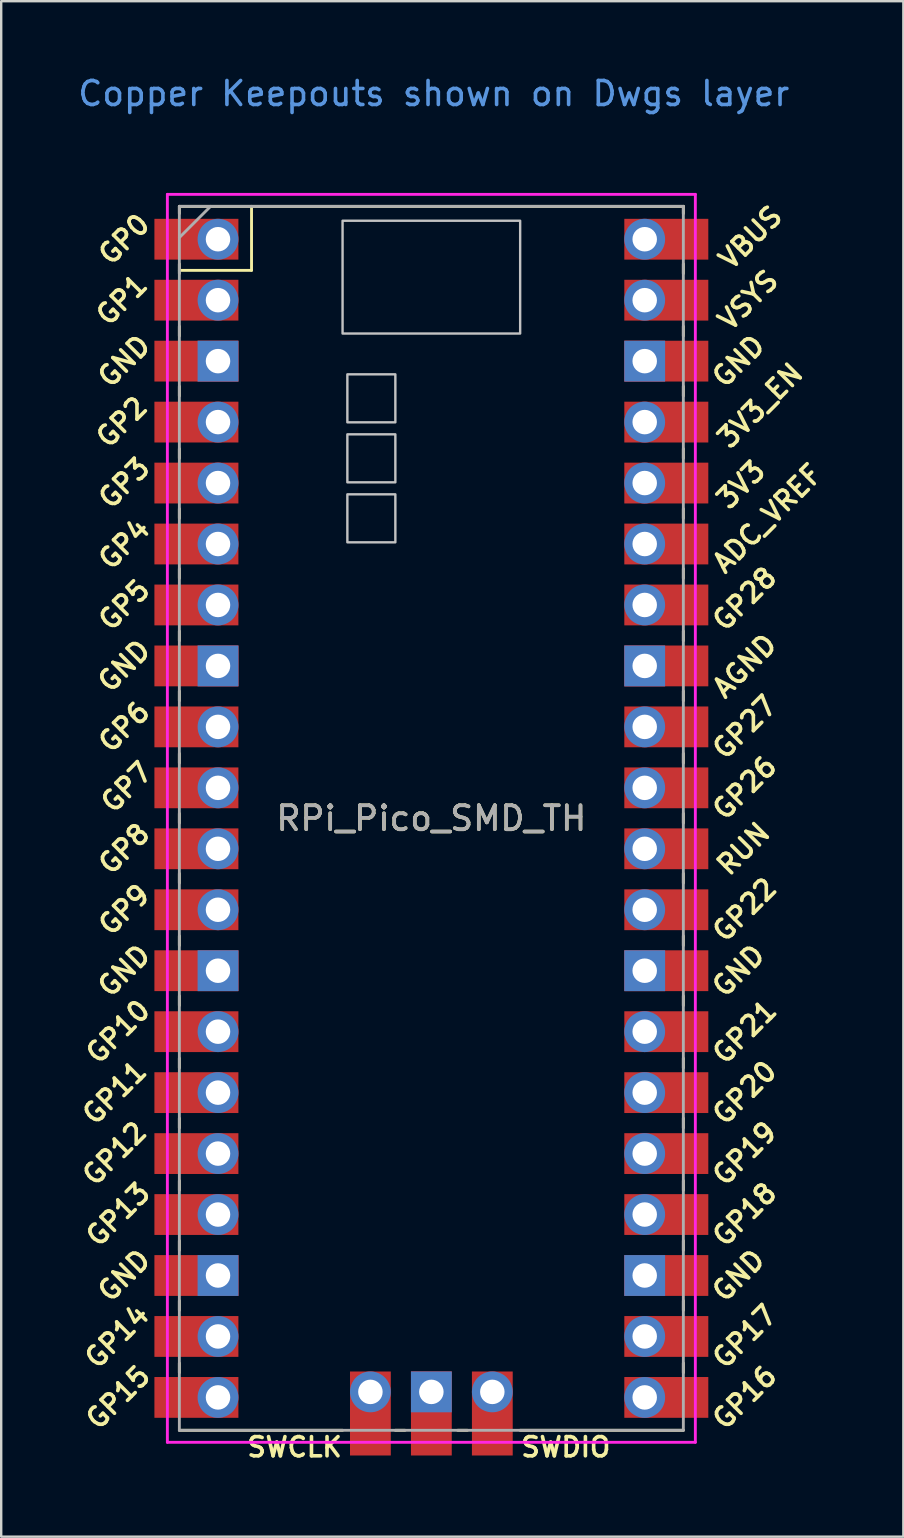
<source format=kicad_pcb>
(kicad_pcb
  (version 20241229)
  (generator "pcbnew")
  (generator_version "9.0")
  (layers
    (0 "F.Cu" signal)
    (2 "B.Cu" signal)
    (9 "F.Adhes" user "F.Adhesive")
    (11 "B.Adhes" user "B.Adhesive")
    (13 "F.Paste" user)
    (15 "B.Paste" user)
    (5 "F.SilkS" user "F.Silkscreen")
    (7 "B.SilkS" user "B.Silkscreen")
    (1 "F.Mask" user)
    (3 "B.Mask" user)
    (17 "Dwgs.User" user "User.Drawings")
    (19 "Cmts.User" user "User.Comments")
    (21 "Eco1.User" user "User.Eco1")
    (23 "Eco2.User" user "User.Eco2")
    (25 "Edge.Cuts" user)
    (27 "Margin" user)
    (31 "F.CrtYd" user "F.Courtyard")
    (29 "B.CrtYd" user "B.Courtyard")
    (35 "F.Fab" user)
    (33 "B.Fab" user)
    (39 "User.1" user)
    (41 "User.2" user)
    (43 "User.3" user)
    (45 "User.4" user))
  (footprint "RPi_Pico_SMD_TH"
    (layer "F.Cu")
    (at 14.924 31.048)
    (property "Reference" "RPi_Pico_SMD_TH" (at 0 0 0) (layer "F.SilkS") (effects (font (size 1 1) (thickness 0.15))))
    (attr through_hole)
    (fp_line (start -10.5 -25.5) (end -10.5 -25.2) (stroke (width 0.12) (type solid)) (layer "F.SilkS"))
    (fp_line (start -10.5 -25.5) (end 10.5 -25.5) (stroke (width 0.12) (type solid)) (layer "F.SilkS"))
    (fp_line (start -10.5 -23.1) (end -10.5 -22.7) (stroke (width 0.12) (type solid)) (layer "F.SilkS"))
    (fp_line (start -10.5 -22.833) (end -7.493 -22.833) (stroke (width 0.12) (type solid)) (layer "F.SilkS"))
    (fp_line (start -10.5 -20.5) (end -10.5 -20.1) (stroke (width 0.12) (type solid)) (layer "F.SilkS"))
    (fp_line (start -10.5 -18) (end -10.5 -17.6) (stroke (width 0.12) (type solid)) (layer "F.SilkS"))
    (fp_line (start -10.5 -15.4) (end -10.5 -15) (stroke (width 0.12) (type solid)) (layer "F.SilkS"))
    (fp_line (start -10.5 -12.9) (end -10.5 -12.5) (stroke (width 0.12) (type solid)) (layer "F.SilkS"))
    (fp_line (start -10.5 -10.4) (end -10.5 -10) (stroke (width 0.12) (type solid)) (layer "F.SilkS"))
    (fp_line (start -10.5 -7.8) (end -10.5 -7.4) (stroke (width 0.12) (type solid)) (layer "F.SilkS"))
    (fp_line (start -10.5 -5.3) (end -10.5 -4.9) (stroke (width 0.12) (type solid)) (layer "F.SilkS"))
    (fp_line (start -10.5 -2.7) (end -10.5 -2.3) (stroke (width 0.12) (type solid)) (layer "F.SilkS"))
    (fp_line (start -10.5 -0.2) (end -10.5 0.2) (stroke (width 0.12) (type solid)) (layer "F.SilkS"))
    (fp_line (start -10.5 2.3) (end -10.5 2.7) (stroke (width 0.12) (type solid)) (layer "F.SilkS"))
    (fp_line (start -10.5 4.9) (end -10.5 5.3) (stroke (width 0.12) (type solid)) (layer "F.SilkS"))
    (fp_line (start -10.5 7.4) (end -10.5 7.8) (stroke (width 0.12) (type solid)) (layer "F.SilkS"))
    (fp_line (start -10.5 10) (end -10.5 10.4) (stroke (width 0.12) (type solid)) (layer "F.SilkS"))
    (fp_line (start -10.5 12.5) (end -10.5 12.9) (stroke (width 0.12) (type solid)) (layer "F.SilkS"))
    (fp_line (start -10.5 15.1) (end -10.5 15.5) (stroke (width 0.12) (type solid)) (layer "F.SilkS"))
    (fp_line (start -10.5 17.6) (end -10.5 18) (stroke (width 0.12) (type solid)) (layer "F.SilkS"))
    (fp_line (start -10.5 20.1) (end -10.5 20.5) (stroke (width 0.12) (type solid)) (layer "F.SilkS"))
    (fp_line (start -10.5 22.7) (end -10.5 23.1) (stroke (width 0.12) (type solid)) (layer "F.SilkS"))
    (fp_line (start -7.493 -22.833) (end -7.493 -25.5) (stroke (width 0.12) (type solid)) (layer "F.SilkS"))
    (fp_line (start -3.7 25.5) (end -10.5 25.5) (stroke (width 0.12) (type solid)) (layer "F.SilkS"))
    (fp_line (start -1.5 25.5) (end -1.1 25.5) (stroke (width 0.12) (type solid)) (layer "F.SilkS"))
    (fp_line (start 1.1 25.5) (end 1.5 25.5) (stroke (width 0.12) (type solid)) (layer "F.SilkS"))
    (fp_line (start 10.5 -25.5) (end 10.5 -25.2) (stroke (width 0.12) (type solid)) (layer "F.SilkS"))
    (fp_line (start 10.5 -23.1) (end 10.5 -22.7) (stroke (width 0.12) (type solid)) (layer "F.SilkS"))
    (fp_line (start 10.5 -20.5) (end 10.5 -20.1) (stroke (width 0.12) (type solid)) (layer "F.SilkS"))
    (fp_line (start 10.5 -18) (end 10.5 -17.6) (stroke (width 0.12) (type solid)) (layer "F.SilkS"))
    (fp_line (start 10.5 -15.4) (end 10.5 -15) (stroke (width 0.12) (type solid)) (layer "F.SilkS"))
    (fp_line (start 10.5 -12.9) (end 10.5 -12.5) (stroke (width 0.12) (type solid)) (layer "F.SilkS"))
    (fp_line (start 10.5 -10.4) (end 10.5 -10) (stroke (width 0.12) (type solid)) (layer "F.SilkS"))
    (fp_line (start 10.5 -7.8) (end 10.5 -7.4) (stroke (width 0.12) (type solid)) (layer "F.SilkS"))
    (fp_line (start 10.5 -5.3) (end 10.5 -4.9) (stroke (width 0.12) (type solid)) (layer "F.SilkS"))
    (fp_line (start 10.5 -2.7) (end 10.5 -2.3) (stroke (width 0.12) (type solid)) (layer "F.SilkS"))
    (fp_line (start 10.5 -0.2) (end 10.5 0.2) (stroke (width 0.12) (type solid)) (layer "F.SilkS"))
    (fp_line (start 10.5 2.3) (end 10.5 2.7) (stroke (width 0.12) (type solid)) (layer "F.SilkS"))
    (fp_line (start 10.5 4.9) (end 10.5 5.3) (stroke (width 0.12) (type solid)) (layer "F.SilkS"))
    (fp_line (start 10.5 7.4) (end 10.5 7.8) (stroke (width 0.12) (type solid)) (layer "F.SilkS"))
    (fp_line (start 10.5 10) (end 10.5 10.4) (stroke (width 0.12) (type solid)) (layer "F.SilkS"))
    (fp_line (start 10.5 12.5) (end 10.5 12.9) (stroke (width 0.12) (type solid)) (layer "F.SilkS"))
    (fp_line (start 10.5 15.1) (end 10.5 15.5) (stroke (width 0.12) (type solid)) (layer "F.SilkS"))
    (fp_line (start 10.5 17.6) (end 10.5 18) (stroke (width 0.12) (type solid)) (layer "F.SilkS"))
    (fp_line (start 10.5 20.1) (end 10.5 20.5) (stroke (width 0.12) (type solid)) (layer "F.SilkS"))
    (fp_line (start 10.5 22.7) (end 10.5 23.1) (stroke (width 0.12) (type solid)) (layer "F.SilkS"))
    (fp_line (start 10.5 25.5) (end 3.7 25.5) (stroke (width 0.12) (type solid)) (layer "F.SilkS"))
    (fp_poly (pts (xy -1.5 -16.5) (xy -3.5 -16.5) (xy -3.5 -18.5) (xy -1.5 -18.5)) (stroke (width 0.1) (type solid)) (fill no) (layer "Dwgs.User"))
    (fp_poly (pts (xy -1.5 -14) (xy -3.5 -14) (xy -3.5 -16) (xy -1.5 -16)) (stroke (width 0.1) (type solid)) (fill no) (layer "Dwgs.User"))
    (fp_poly (pts (xy -1.5 -11.5) (xy -3.5 -11.5) (xy -3.5 -13.5) (xy -1.5 -13.5)) (stroke (width 0.1) (type solid)) (fill no) (layer "Dwgs.User"))
    (fp_poly (pts (xy 3.7 -20.2) (xy -3.7 -20.2) (xy -3.7 -24.9) (xy 3.7 -24.9)) (stroke (width 0.1) (type solid)) (fill no) (layer "Dwgs.User"))
    (fp_line (start -11 -26) (end 11 -26) (stroke (width 0.12) (type solid)) (layer "F.CrtYd"))
    (fp_line (start -11 26) (end -11 -26) (stroke (width 0.12) (type solid)) (layer "F.CrtYd"))
    (fp_line (start 11 -26) (end 11 26) (stroke (width 0.12) (type solid)) (layer "F.CrtYd"))
    (fp_line (start 11 26) (end -11 26) (stroke (width 0.12) (type solid)) (layer "F.CrtYd"))
    (fp_line (start -10.5 -25.5) (end 10.5 -25.5) (stroke (width 0.12) (type solid)) (layer "F.Fab"))
    (fp_line (start -10.5 -24.2) (end -9.2 -25.5) (stroke (width 0.12) (type solid)) (layer "F.Fab"))
    (fp_line (start -10.5 25.5) (end -10.5 -25.5) (stroke (width 0.12) (type solid)) (layer "F.Fab"))
    (fp_line (start 10.5 -25.5) (end 10.5 25.5) (stroke (width 0.12) (type solid)) (layer "F.Fab"))
    (fp_line (start 10.5 25.5) (end -10.5 25.5) (stroke (width 0.12) (type solid)) (layer "F.Fab"))
    (fp_text user "GP4" (at -12.8 -11.43 45) (layer "F.SilkS") (effects (font (size 0.8 0.8) (thickness 0.15))))
    (fp_text user "3V3" (at 12.9 -13.9 45) (layer "F.SilkS") (effects (font (size 0.8 0.8) (thickness 0.15))))
    (fp_text user "VBUS" (at 13.3 -24.2 45) (layer "F.SilkS") (effects (font (size 0.8 0.8) (thickness 0.15))))
    (fp_text user "GP26" (at 13.054 -1.27 45) (layer "F.SilkS") (effects (font (size 0.8 0.8) (thickness 0.15))))
    (fp_text user "GP3" (at -12.8 -13.97 45) (layer "F.SilkS") (effects (font (size 0.8 0.8) (thickness 0.15))))
    (fp_text user "GP7" (at -12.7 -1.3 45) (layer "F.SilkS") (effects (font (size 0.8 0.8) (thickness 0.15))))
    (fp_text user "GP18" (at 13.054 16.51 45) (layer "F.SilkS") (effects (font (size 0.8 0.8) (thickness 0.15))))
    (fp_text user "GP16" (at 13.054 24.13 45) (layer "F.SilkS") (effects (font (size 0.8 0.8) (thickness 0.15))))
    (fp_text user "GP5" (at -12.8 -8.89 45) (layer "F.SilkS") (effects (font (size 0.8 0.8) (thickness 0.15))))
    (fp_text user "VSYS" (at 13.2 -21.59 45) (layer "F.SilkS") (effects (font (size 0.8 0.8) (thickness 0.15))))
    (fp_text user "AGND" (at 13.054 -6.35 45) (layer "F.SilkS") (effects (font (size 0.8 0.8) (thickness 0.15))))
    (fp_text user "SWCLK" (at -5.7 26.2 0) (layer "F.SilkS") (effects (font (size 0.8 0.8) (thickness 0.15))))
    (fp_text user "RUN" (at 13 1.27 45) (layer "F.SilkS") (effects (font (size 0.8 0.8) (thickness 0.15))))
    (fp_text user "GP21" (at 13.054 8.9 45) (layer "F.SilkS") (effects (font (size 0.8 0.8) (thickness 0.15))))
    (fp_text user "GND" (at 12.8 -19.05 45) (layer "F.SilkS") (effects (font (size 0.8 0.8) (thickness 0.15))))
    (fp_text user "GP13" (at -13.054 16.51 45) (layer "F.SilkS") (effects (font (size 0.8 0.8) (thickness 0.15))))
    (fp_text user "GP11" (at -13.2 11.43 45) (layer "F.SilkS") (effects (font (size 0.8 0.8) (thickness 0.15))))
    (fp_text user "GP10" (at -13.054 8.89 45) (layer "F.SilkS") (effects (font (size 0.8 0.8) (thickness 0.15))))
    (fp_text user "3V3_EN" (at 13.7 -17.2 45) (layer "F.SilkS") (effects (font (size 0.8 0.8) (thickness 0.15))))
    (fp_text user "GP0" (at -12.8 -24.13 45) (layer "F.SilkS") (effects (font (size 0.8 0.8) (thickness 0.15))))
    (fp_text user "GP20" (at 13.054 11.43 45) (layer "F.SilkS") (effects (font (size 0.8 0.8) (thickness 0.15))))
    (fp_text user "ADC_VREF" (at 14 -12.5 45) (layer "F.SilkS") (effects (font (size 0.8 0.8) (thickness 0.15))))
    (fp_text user "GP22" (at 13.054 3.81 45) (layer "F.SilkS") (effects (font (size 0.8 0.8) (thickness 0.15))))
    (fp_text user "GP17" (at 13.054 21.59 45) (layer "F.SilkS") (effects (font (size 0.8 0.8) (thickness 0.15))))
    (fp_text user "GP2" (at -12.9 -16.51 45) (layer "F.SilkS") (effects (font (size 0.8 0.8) (thickness 0.15))))
    (fp_text user "GND" (at 12.8 6.35 45) (layer "F.SilkS") (effects (font (size 0.8 0.8) (thickness 0.15))))
    (fp_text user "SWDIO" (at 5.6 26.2 0) (layer "F.SilkS") (effects (font (size 0.8 0.8) (thickness 0.15))))
    (fp_text user "GP6" (at -12.8 -3.81 45) (layer "F.SilkS") (effects (font (size 0.8 0.8) (thickness 0.15))))
    (fp_text user "GP14" (at -13.1 21.59 45) (layer "F.SilkS") (effects (font (size 0.8 0.8) (thickness 0.15))))
    (fp_text user "GND" (at -12.8 19.05 45) (layer "F.SilkS") (effects (font (size 0.8 0.8) (thickness 0.15))))
    (fp_text user "GND" (at -12.8 -6.35 45) (layer "F.SilkS") (effects (font (size 0.8 0.8) (thickness 0.15))))
    (fp_text user "GP28" (at 13.054 -9.144 45) (layer "F.SilkS") (effects (font (size 0.8 0.8) (thickness 0.15))))
    (fp_text user "GP1" (at -12.9 -21.6 45) (layer "F.SilkS") (effects (font (size 0.8 0.8) (thickness 0.15))))
    (fp_text user "GP9" (at -12.8 3.81 45) (layer "F.SilkS") (effects (font (size 0.8 0.8) (thickness 0.15))))
    (fp_text user "GND" (at 12.8 19.05 45) (layer "F.SilkS") (effects (font (size 0.8 0.8) (thickness 0.15))))
    (fp_text user "GND" (at -12.8 -19.05 45) (layer "F.SilkS") (effects (font (size 0.8 0.8) (thickness 0.15))))
    (fp_text user "GND" (at -12.8 6.35 45) (layer "F.SilkS") (effects (font (size 0.8 0.8) (thickness 0.15))))
    (fp_text user "GP19" (at 13.054 13.97 45) (layer "F.SilkS") (effects (font (size 0.8 0.8) (thickness 0.15))))
    (fp_text user "GP27" (at 13.054 -3.8 45) (layer "F.SilkS") (effects (font (size 0.8 0.8) (thickness 0.15))))
    (fp_text user "GP12" (at -13.2 13.97 45) (layer "F.SilkS") (effects (font (size 0.8 0.8) (thickness 0.15))))
    (fp_text user "GP8" (at -12.8 1.27 45) (layer "F.SilkS") (effects (font (size 0.8 0.8) (thickness 0.15))))
    (fp_text user "GP15" (at -13.054 24.13 45) (layer "F.SilkS") (effects (font (size 0.8 0.8) (thickness 0.15))))
    (fp_text user "Copper Keepouts shown on Dwgs layer" (at 0.1 -30.2 0) (layer "Cmts.User") (effects (font (size 1 1) (thickness 0.15))))
    (fp_text user "${REFERENCE}" (at 0 0 180) (layer "F.Fab") (effects (font (size 1 1) (thickness 0.15))))
    (pad "1" thru_hole oval (at -8.89 -24.13) (size 1.7 1.7) (drill 1.02) (layers "*.Cu" "*.Mask"))
    (pad "1" smd rect (at -8.89 -24.13) (size 3.5 1.7) (drill (offset -0.9 0)) (layers "F.Cu" "F.Mask"))
    (pad "2" thru_hole oval (at -8.89 -21.59) (size 1.7 1.7) (drill 1.02) (layers "*.Cu" "*.Mask"))
    (pad "2" smd rect (at -8.89 -21.59) (size 3.5 1.7) (drill (offset -0.9 0)) (layers "F.Cu" "F.Mask"))
    (pad "3" thru_hole rect (at -8.89 -19.05) (size 1.7 1.7) (drill 1.02) (layers "*.Cu" "*.Mask"))
    (pad "3" smd rect (at -8.89 -19.05) (size 3.5 1.7) (drill (offset -0.9 0)) (layers "F.Cu" "F.Mask"))
    (pad "4" thru_hole oval (at -8.89 -16.51) (size 1.7 1.7) (drill 1.02) (layers "*.Cu" "*.Mask"))
    (pad "4" smd rect (at -8.89 -16.51) (size 3.5 1.7) (drill (offset -0.9 0)) (layers "F.Cu" "F.Mask"))
    (pad "5" thru_hole oval (at -8.89 -13.97) (size 1.7 1.7) (drill 1.02) (layers "*.Cu" "*.Mask"))
    (pad "5" smd rect (at -8.89 -13.97) (size 3.5 1.7) (drill (offset -0.9 0)) (layers "F.Cu" "F.Mask"))
    (pad "6" thru_hole oval (at -8.89 -11.43) (size 1.7 1.7) (drill 1.02) (layers "*.Cu" "*.Mask"))
    (pad "6" smd rect (at -8.89 -11.43) (size 3.5 1.7) (drill (offset -0.9 0)) (layers "F.Cu" "F.Mask"))
    (pad "7" thru_hole oval (at -8.89 -8.89) (size 1.7 1.7) (drill 1.02) (layers "*.Cu" "*.Mask"))
    (pad "7" smd rect (at -8.89 -8.89) (size 3.5 1.7) (drill (offset -0.9 0)) (layers "F.Cu" "F.Mask"))
    (pad "8" thru_hole rect (at -8.89 -6.35) (size 1.7 1.7) (drill 1.02) (layers "*.Cu" "*.Mask"))
    (pad "8" smd rect (at -8.89 -6.35) (size 3.5 1.7) (drill (offset -0.9 0)) (layers "F.Cu" "F.Mask"))
    (pad "9" thru_hole oval (at -8.89 -3.81) (size 1.7 1.7) (drill 1.02) (layers "*.Cu" "*.Mask"))
    (pad "9" smd rect (at -8.89 -3.81) (size 3.5 1.7) (drill (offset -0.9 0)) (layers "F.Cu" "F.Mask"))
    (pad "10" thru_hole oval (at -8.89 -1.27) (size 1.7 1.7) (drill 1.02) (layers "*.Cu" "*.Mask"))
    (pad "10" smd rect (at -8.89 -1.27) (size 3.5 1.7) (drill (offset -0.9 0)) (layers "F.Cu" "F.Mask"))
    (pad "11" thru_hole oval (at -8.89 1.27) (size 1.7 1.7) (drill 1.02) (layers "*.Cu" "*.Mask"))
    (pad "11" smd rect (at -8.89 1.27) (size 3.5 1.7) (drill (offset -0.9 0)) (layers "F.Cu" "F.Mask"))
    (pad "12" thru_hole oval (at -8.89 3.81) (size 1.7 1.7) (drill 1.02) (layers "*.Cu" "*.Mask"))
    (pad "12" smd rect (at -8.89 3.81) (size 3.5 1.7) (drill (offset -0.9 0)) (layers "F.Cu" "F.Mask"))
    (pad "13" thru_hole rect (at -8.89 6.35) (size 1.7 1.7) (drill 1.02) (layers "*.Cu" "*.Mask"))
    (pad "13" smd rect (at -8.89 6.35) (size 3.5 1.7) (drill (offset -0.9 0)) (layers "F.Cu" "F.Mask"))
    (pad "14" thru_hole oval (at -8.89 8.89) (size 1.7 1.7) (drill 1.02) (layers "*.Cu" "*.Mask"))
    (pad "14" smd rect (at -8.89 8.89) (size 3.5 1.7) (drill (offset -0.9 0)) (layers "F.Cu" "F.Mask"))
    (pad "15" thru_hole oval (at -8.89 11.43) (size 1.7 1.7) (drill 1.02) (layers "*.Cu" "*.Mask"))
    (pad "15" smd rect (at -8.89 11.43) (size 3.5 1.7) (drill (offset -0.9 0)) (layers "F.Cu" "F.Mask"))
    (pad "16" thru_hole oval (at -8.89 13.97) (size 1.7 1.7) (drill 1.02) (layers "*.Cu" "*.Mask"))
    (pad "16" smd rect (at -8.89 13.97) (size 3.5 1.7) (drill (offset -0.9 0)) (layers "F.Cu" "F.Mask"))
    (pad "17" thru_hole oval (at -8.89 16.51) (size 1.7 1.7) (drill 1.02) (layers "*.Cu" "*.Mask"))
    (pad "17" smd rect (at -8.89 16.51) (size 3.5 1.7) (drill (offset -0.9 0)) (layers "F.Cu" "F.Mask"))
    (pad "18" thru_hole rect (at -8.89 19.05) (size 1.7 1.7) (drill 1.02) (layers "*.Cu" "*.Mask"))
    (pad "18" smd rect (at -8.89 19.05) (size 3.5 1.7) (drill (offset -0.9 0)) (layers "F.Cu" "F.Mask"))
    (pad "19" thru_hole oval (at -8.89 21.59) (size 1.7 1.7) (drill 1.02) (layers "*.Cu" "*.Mask"))
    (pad "19" smd rect (at -8.89 21.59) (size 3.5 1.7) (drill (offset -0.9 0)) (layers "F.Cu" "F.Mask"))
    (pad "20" thru_hole oval (at -8.89 24.13) (size 1.7 1.7) (drill 1.02) (layers "*.Cu" "*.Mask"))
    (pad "20" smd rect (at -8.89 24.13) (size 3.5 1.7) (drill (offset -0.9 0)) (layers "F.Cu" "F.Mask"))
    (pad "21" thru_hole oval (at 8.89 24.13) (size 1.7 1.7) (drill 1.02) (layers "*.Cu" "*.Mask"))
    (pad "21" smd rect (at 8.89 24.13) (size 3.5 1.7) (drill (offset 0.9 0)) (layers "F.Cu" "F.Mask"))
    (pad "22" thru_hole oval (at 8.89 21.59) (size 1.7 1.7) (drill 1.02) (layers "*.Cu" "*.Mask"))
    (pad "22" smd rect (at 8.89 21.59) (size 3.5 1.7) (drill (offset 0.9 0)) (layers "F.Cu" "F.Mask"))
    (pad "23" thru_hole rect (at 8.89 19.05) (size 1.7 1.7) (drill 1.02) (layers "*.Cu" "*.Mask"))
    (pad "23" smd rect (at 8.89 19.05) (size 3.5 1.7) (drill (offset 0.9 0)) (layers "F.Cu" "F.Mask"))
    (pad "24" thru_hole oval (at 8.89 16.51) (size 1.7 1.7) (drill 1.02) (layers "*.Cu" "*.Mask"))
    (pad "24" smd rect (at 8.89 16.51) (size 3.5 1.7) (drill (offset 0.9 0)) (layers "F.Cu" "F.Mask"))
    (pad "25" thru_hole oval (at 8.89 13.97) (size 1.7 1.7) (drill 1.02) (layers "*.Cu" "*.Mask"))
    (pad "25" smd rect (at 8.89 13.97) (size 3.5 1.7) (drill (offset 0.9 0)) (layers "F.Cu" "F.Mask"))
    (pad "26" thru_hole oval (at 8.89 11.43) (size 1.7 1.7) (drill 1.02) (layers "*.Cu" "*.Mask"))
    (pad "26" smd rect (at 8.89 11.43) (size 3.5 1.7) (drill (offset 0.9 0)) (layers "F.Cu" "F.Mask"))
    (pad "27" thru_hole oval (at 8.89 8.89) (size 1.7 1.7) (drill 1.02) (layers "*.Cu" "*.Mask"))
    (pad "27" smd rect (at 8.89 8.89) (size 3.5 1.7) (drill (offset 0.9 0)) (layers "F.Cu" "F.Mask"))
    (pad "28" thru_hole rect (at 8.89 6.35) (size 1.7 1.7) (drill 1.02) (layers "*.Cu" "*.Mask"))
    (pad "28" smd rect (at 8.89 6.35) (size 3.5 1.7) (drill (offset 0.9 0)) (layers "F.Cu" "F.Mask"))
    (pad "29" thru_hole oval (at 8.89 3.81) (size 1.7 1.7) (drill 1.02) (layers "*.Cu" "*.Mask"))
    (pad "29" smd rect (at 8.89 3.81) (size 3.5 1.7) (drill (offset 0.9 0)) (layers "F.Cu" "F.Mask"))
    (pad "30" thru_hole oval (at 8.89 1.27) (size 1.7 1.7) (drill 1.02) (layers "*.Cu" "*.Mask"))
    (pad "30" smd rect (at 8.89 1.27) (size 3.5 1.7) (drill (offset 0.9 0)) (layers "F.Cu" "F.Mask"))
    (pad "31" thru_hole oval (at 8.89 -1.27) (size 1.7 1.7) (drill 1.02) (layers "*.Cu" "*.Mask"))
    (pad "31" smd rect (at 8.89 -1.27) (size 3.5 1.7) (drill (offset 0.9 0)) (layers "F.Cu" "F.Mask"))
    (pad "32" thru_hole oval (at 8.89 -3.81) (size 1.7 1.7) (drill 1.02) (layers "*.Cu" "*.Mask"))
    (pad "32" smd rect (at 8.89 -3.81) (size 3.5 1.7) (drill (offset 0.9 0)) (layers "F.Cu" "F.Mask"))
    (pad "33" thru_hole rect (at 8.89 -6.35) (size 1.7 1.7) (drill 1.02) (layers "*.Cu" "*.Mask"))
    (pad "33" smd rect (at 8.89 -6.35) (size 3.5 1.7) (drill (offset 0.9 0)) (layers "F.Cu" "F.Mask"))
    (pad "34" thru_hole oval (at 8.89 -8.89) (size 1.7 1.7) (drill 1.02) (layers "*.Cu" "*.Mask"))
    (pad "34" smd rect (at 8.89 -8.89) (size 3.5 1.7) (drill (offset 0.9 0)) (layers "F.Cu" "F.Mask"))
    (pad "35" thru_hole oval (at 8.89 -11.43) (size 1.7 1.7) (drill 1.02) (layers "*.Cu" "*.Mask"))
    (pad "35" smd rect (at 8.89 -11.43) (size 3.5 1.7) (drill (offset 0.9 0)) (layers "F.Cu" "F.Mask"))
    (pad "36" thru_hole oval (at 8.89 -13.97) (size 1.7 1.7) (drill 1.02) (layers "*.Cu" "*.Mask"))
    (pad "36" smd rect (at 8.89 -13.97) (size 3.5 1.7) (drill (offset 0.9 0)) (layers "F.Cu" "F.Mask"))
    (pad "37" thru_hole oval (at 8.89 -16.51) (size 1.7 1.7) (drill 1.02) (layers "*.Cu" "*.Mask"))
    (pad "37" smd rect (at 8.89 -16.51) (size 3.5 1.7) (drill (offset 0.9 0)) (layers "F.Cu" "F.Mask"))
    (pad "38" thru_hole rect (at 8.89 -19.05) (size 1.7 1.7) (drill 1.02) (layers "*.Cu" "*.Mask"))
    (pad "38" smd rect (at 8.89 -19.05) (size 3.5 1.7) (drill (offset 0.9 0)) (layers "F.Cu" "F.Mask"))
    (pad "39" thru_hole oval (at 8.89 -21.59) (size 1.7 1.7) (drill 1.02) (layers "*.Cu" "*.Mask"))
    (pad "39" smd rect (at 8.89 -21.59) (size 3.5 1.7) (drill (offset 0.9 0)) (layers "F.Cu" "F.Mask"))
    (pad "40" thru_hole oval (at 8.89 -24.13) (size 1.7 1.7) (drill 1.02) (layers "*.Cu" "*.Mask"))
    (pad "40" smd rect (at 8.89 -24.13) (size 3.5 1.7) (drill (offset 0.9 0)) (layers "F.Cu" "F.Mask"))
    (pad "41" thru_hole oval (at -2.54 23.9) (size 1.7 1.7) (drill 1.02) (layers "*.Cu" "*.Mask"))
    (pad "41" smd rect (at -2.54 23.9 90) (size 3.5 1.7) (drill (offset -0.9 0)) (layers "F.Cu" "F.Mask"))
    (pad "42" thru_hole rect (at 0 23.9) (size 1.7 1.7) (drill 1.02) (layers "*.Cu" "*.Mask"))
    (pad "42" smd rect (at 0 23.9 90) (size 3.5 1.7) (drill (offset -0.9 0)) (layers "F.Cu" "F.Mask"))
    (pad "43" thru_hole oval (at 2.54 23.9) (size 1.7 1.7) (drill 1.02) (layers "*.Cu" "*.Mask"))
    (pad "43" smd rect (at 2.54 23.9 90) (size 3.5 1.7) (drill (offset -0.9 0)) (layers "F.Cu" "F.Mask")))
  (gr_rect
    (start -3 -3)
    (end 34.591 60.98)
    (stroke (width 0.1) (type default))
    (fill no)
    (layer "Edge.Cuts")))
</source>
